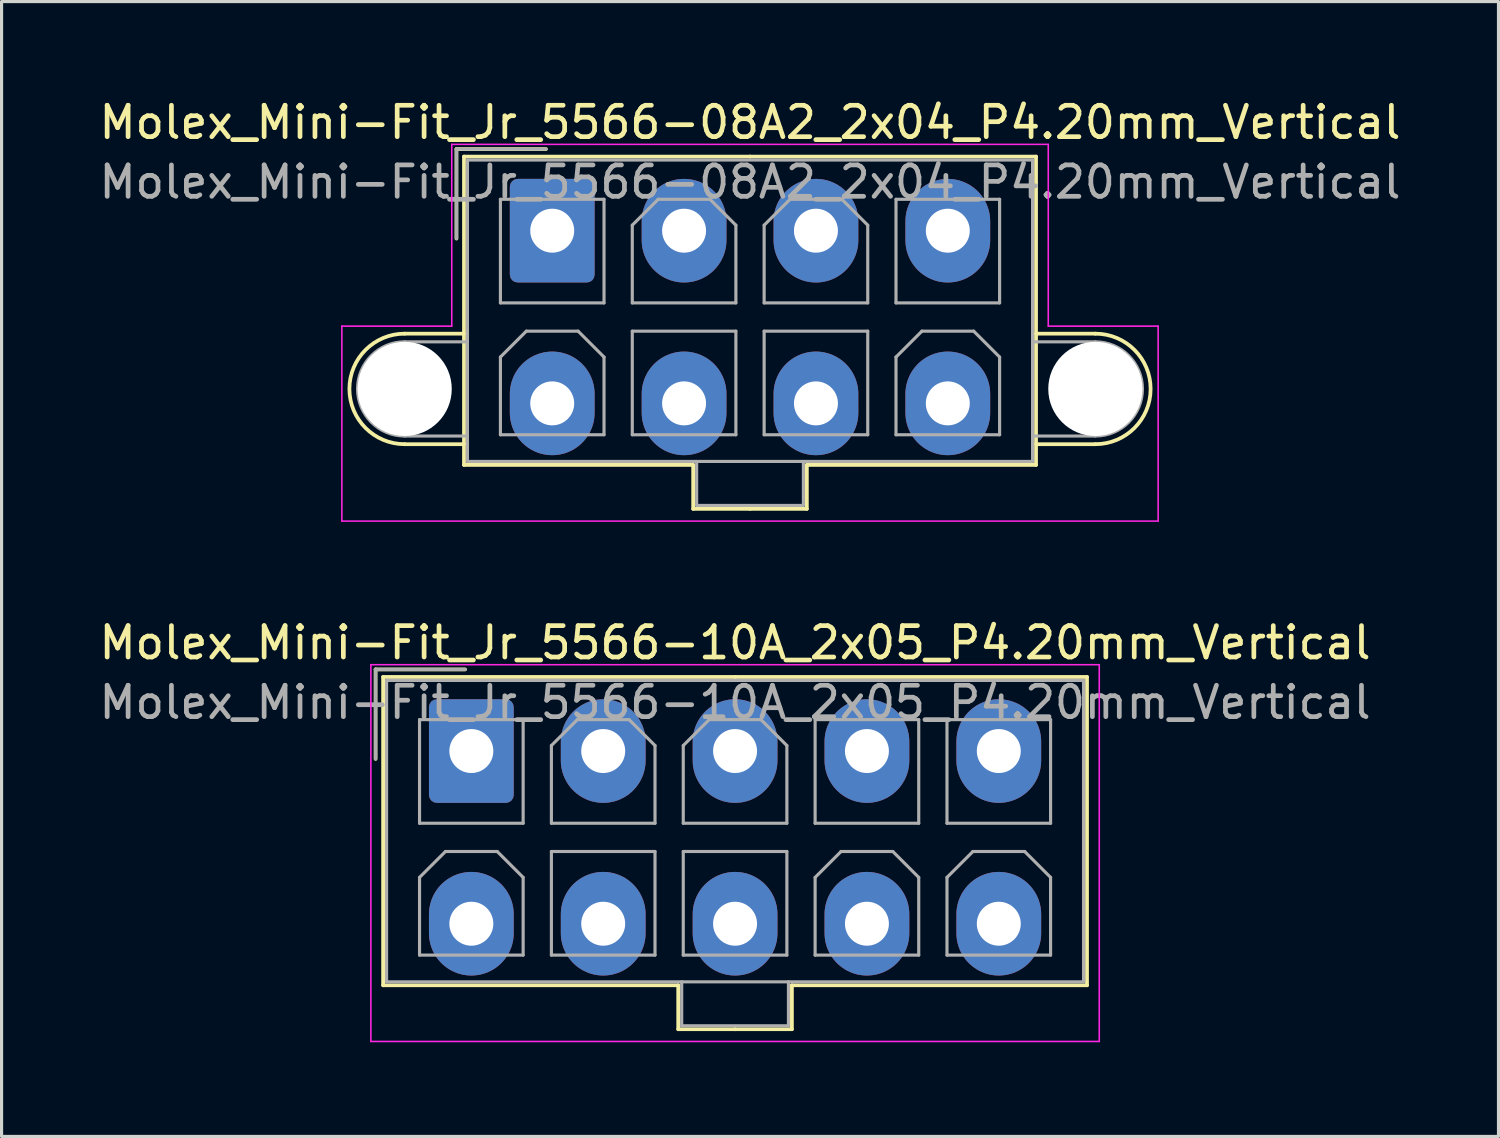
<source format=kicad_pcb>
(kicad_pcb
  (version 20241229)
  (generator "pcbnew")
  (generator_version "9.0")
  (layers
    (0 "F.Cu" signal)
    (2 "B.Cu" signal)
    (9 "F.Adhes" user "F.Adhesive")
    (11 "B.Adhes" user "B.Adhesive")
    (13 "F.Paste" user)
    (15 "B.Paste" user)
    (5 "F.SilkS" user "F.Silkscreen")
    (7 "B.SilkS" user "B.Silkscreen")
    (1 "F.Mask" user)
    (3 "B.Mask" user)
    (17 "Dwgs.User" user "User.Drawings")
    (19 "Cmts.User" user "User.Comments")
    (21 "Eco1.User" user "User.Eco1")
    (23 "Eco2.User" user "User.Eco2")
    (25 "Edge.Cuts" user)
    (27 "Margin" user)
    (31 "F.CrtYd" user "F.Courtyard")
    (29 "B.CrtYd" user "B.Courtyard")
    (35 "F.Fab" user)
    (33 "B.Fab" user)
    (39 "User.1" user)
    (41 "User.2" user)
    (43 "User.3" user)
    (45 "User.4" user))
  (footprint "Molex_Mini-Fit_Jr_5566-10A_2x05_P4.20mm_Vertical"
    (layer "F.Cu")
    (at 11.963 20.872)
    (property "Reference" "Molex_Mini-Fit_Jr_5566-10A_2x05_P4.20mm_Vertical" (at 8.4 -3.45 0) (layer "F.SilkS") (effects (font (size 1 1) (thickness 0.15))))
    (attr through_hole)
    (fp_line (start -3.05 -2.6) (end -3.05 0.25) (stroke (width 0.12) (type solid)) (layer "F.SilkS"))
    (fp_line (start -2.81 -2.36) (end -2.81 7.46) (stroke (width 0.12) (type solid)) (layer "F.SilkS"))
    (fp_line (start -2.81 7.46) (end 6.59 7.46) (stroke (width 0.12) (type solid)) (layer "F.SilkS"))
    (fp_line (start -0.2 -2.6) (end -3.05 -2.6) (stroke (width 0.12) (type solid)) (layer "F.SilkS"))
    (fp_line (start 6.59 7.46) (end 6.59 8.86) (stroke (width 0.12) (type solid)) (layer "F.SilkS"))
    (fp_line (start 6.59 8.86) (end 8.4 8.86) (stroke (width 0.12) (type solid)) (layer "F.SilkS"))
    (fp_line (start 8.4 -2.36) (end -2.81 -2.36) (stroke (width 0.12) (type solid)) (layer "F.SilkS"))
    (fp_line (start 8.4 -2.36) (end 19.61 -2.36) (stroke (width 0.12) (type solid)) (layer "F.SilkS"))
    (fp_line (start 10.21 7.46) (end 10.21 8.86) (stroke (width 0.12) (type solid)) (layer "F.SilkS"))
    (fp_line (start 10.21 8.86) (end 8.4 8.86) (stroke (width 0.12) (type solid)) (layer "F.SilkS"))
    (fp_line (start 19.61 -2.36) (end 19.61 7.46) (stroke (width 0.12) (type solid)) (layer "F.SilkS"))
    (fp_line (start 19.61 7.46) (end 10.21 7.46) (stroke (width 0.12) (type solid)) (layer "F.SilkS"))
    (fp_line (start -3.2 -2.75) (end -3.2 9.25) (stroke (width 0.05) (type solid)) (layer "F.CrtYd"))
    (fp_line (start -3.2 9.25) (end 20 9.25) (stroke (width 0.05) (type solid)) (layer "F.CrtYd"))
    (fp_line (start 20 -2.75) (end -3.2 -2.75) (stroke (width 0.05) (type solid)) (layer "F.CrtYd"))
    (fp_line (start 20 9.25) (end 20 -2.75) (stroke (width 0.05) (type solid)) (layer "F.CrtYd"))
    (fp_line (start -3.05 -2.6) (end -3.05 0.25) (stroke (width 0.1) (type solid)) (layer "F.Fab"))
    (fp_line (start -2.7 -2.25) (end -2.7 7.35) (stroke (width 0.1) (type solid)) (layer "F.Fab"))
    (fp_line (start -2.7 7.35) (end 19.5 7.35) (stroke (width 0.1) (type solid)) (layer "F.Fab"))
    (fp_line (start -1.65 -1) (end -1.65 2.3) (stroke (width 0.1) (type solid)) (layer "F.Fab"))
    (fp_line (start -1.65 2.3) (end 1.65 2.3) (stroke (width 0.1) (type solid)) (layer "F.Fab"))
    (fp_line (start -1.65 4.025) (end -0.825 3.2) (stroke (width 0.1) (type solid)) (layer "F.Fab"))
    (fp_line (start -1.65 6.5) (end -1.65 4.025) (stroke (width 0.1) (type solid)) (layer "F.Fab"))
    (fp_line (start -0.825 3.2) (end 0.825 3.2) (stroke (width 0.1) (type solid)) (layer "F.Fab"))
    (fp_line (start -0.2 -2.6) (end -3.05 -2.6) (stroke (width 0.1) (type solid)) (layer "F.Fab"))
    (fp_line (start 0.825 3.2) (end 1.65 4.025) (stroke (width 0.1) (type solid)) (layer "F.Fab"))
    (fp_line (start 1.65 -1) (end -1.65 -1) (stroke (width 0.1) (type solid)) (layer "F.Fab"))
    (fp_line (start 1.65 2.3) (end 1.65 -1) (stroke (width 0.1) (type solid)) (layer "F.Fab"))
    (fp_line (start 1.65 4.025) (end 1.65 6.5) (stroke (width 0.1) (type solid)) (layer "F.Fab"))
    (fp_line (start 1.65 6.5) (end -1.65 6.5) (stroke (width 0.1) (type solid)) (layer "F.Fab"))
    (fp_line (start 2.55 -0.175) (end 3.375 -1) (stroke (width 0.1) (type solid)) (layer "F.Fab"))
    (fp_line (start 2.55 2.3) (end 2.55 -0.175) (stroke (width 0.1) (type solid)) (layer "F.Fab"))
    (fp_line (start 2.55 3.2) (end 2.55 6.5) (stroke (width 0.1) (type solid)) (layer "F.Fab"))
    (fp_line (start 2.55 6.5) (end 5.85 6.5) (stroke (width 0.1) (type solid)) (layer "F.Fab"))
    (fp_line (start 3.375 -1) (end 5.025 -1) (stroke (width 0.1) (type solid)) (layer "F.Fab"))
    (fp_line (start 5.025 -1) (end 5.85 -0.175) (stroke (width 0.1) (type solid)) (layer "F.Fab"))
    (fp_line (start 5.85 -0.175) (end 5.85 2.3) (stroke (width 0.1) (type solid)) (layer "F.Fab"))
    (fp_line (start 5.85 2.3) (end 2.55 2.3) (stroke (width 0.1) (type solid)) (layer "F.Fab"))
    (fp_line (start 5.85 3.2) (end 2.55 3.2) (stroke (width 0.1) (type solid)) (layer "F.Fab"))
    (fp_line (start 5.85 6.5) (end 5.85 3.2) (stroke (width 0.1) (type solid)) (layer "F.Fab"))
    (fp_line (start 6.7 7.35) (end 6.7 8.75) (stroke (width 0.1) (type solid)) (layer "F.Fab"))
    (fp_line (start 6.7 8.75) (end 10.1 8.75) (stroke (width 0.1) (type solid)) (layer "F.Fab"))
    (fp_line (start 6.75 -0.175) (end 7.575 -1) (stroke (width 0.1) (type solid)) (layer "F.Fab"))
    (fp_line (start 6.75 2.3) (end 6.75 -0.175) (stroke (width 0.1) (type solid)) (layer "F.Fab"))
    (fp_line (start 6.75 3.2) (end 6.75 6.5) (stroke (width 0.1) (type solid)) (layer "F.Fab"))
    (fp_line (start 6.75 6.5) (end 10.05 6.5) (stroke (width 0.1) (type solid)) (layer "F.Fab"))
    (fp_line (start 7.575 -1) (end 9.225 -1) (stroke (width 0.1) (type solid)) (layer "F.Fab"))
    (fp_line (start 9.225 -1) (end 10.05 -0.175) (stroke (width 0.1) (type solid)) (layer "F.Fab"))
    (fp_line (start 10.05 -0.175) (end 10.05 2.3) (stroke (width 0.1) (type solid)) (layer "F.Fab"))
    (fp_line (start 10.05 2.3) (end 6.75 2.3) (stroke (width 0.1) (type solid)) (layer "F.Fab"))
    (fp_line (start 10.05 3.2) (end 6.75 3.2) (stroke (width 0.1) (type solid)) (layer "F.Fab"))
    (fp_line (start 10.05 6.5) (end 10.05 3.2) (stroke (width 0.1) (type solid)) (layer "F.Fab"))
    (fp_line (start 10.1 8.75) (end 10.1 7.35) (stroke (width 0.1) (type solid)) (layer "F.Fab"))
    (fp_line (start 10.95 -1) (end 10.95 2.3) (stroke (width 0.1) (type solid)) (layer "F.Fab"))
    (fp_line (start 10.95 2.3) (end 14.25 2.3) (stroke (width 0.1) (type solid)) (layer "F.Fab"))
    (fp_line (start 10.95 4.025) (end 11.775 3.2) (stroke (width 0.1) (type solid)) (layer "F.Fab"))
    (fp_line (start 10.95 6.5) (end 10.95 4.025) (stroke (width 0.1) (type solid)) (layer "F.Fab"))
    (fp_line (start 11.775 3.2) (end 13.425 3.2) (stroke (width 0.1) (type solid)) (layer "F.Fab"))
    (fp_line (start 13.425 3.2) (end 14.25 4.025) (stroke (width 0.1) (type solid)) (layer "F.Fab"))
    (fp_line (start 14.25 -1) (end 10.95 -1) (stroke (width 0.1) (type solid)) (layer "F.Fab"))
    (fp_line (start 14.25 2.3) (end 14.25 -1) (stroke (width 0.1) (type solid)) (layer "F.Fab"))
    (fp_line (start 14.25 4.025) (end 14.25 6.5) (stroke (width 0.1) (type solid)) (layer "F.Fab"))
    (fp_line (start 14.25 6.5) (end 10.95 6.5) (stroke (width 0.1) (type solid)) (layer "F.Fab"))
    (fp_line (start 15.15 -1) (end 15.15 2.3) (stroke (width 0.1) (type solid)) (layer "F.Fab"))
    (fp_line (start 15.15 2.3) (end 18.45 2.3) (stroke (width 0.1) (type solid)) (layer "F.Fab"))
    (fp_line (start 15.15 4.025) (end 15.975 3.2) (stroke (width 0.1) (type solid)) (layer "F.Fab"))
    (fp_line (start 15.15 6.5) (end 15.15 4.025) (stroke (width 0.1) (type solid)) (layer "F.Fab"))
    (fp_line (start 15.975 3.2) (end 17.625 3.2) (stroke (width 0.1) (type solid)) (layer "F.Fab"))
    (fp_line (start 17.625 3.2) (end 18.45 4.025) (stroke (width 0.1) (type solid)) (layer "F.Fab"))
    (fp_line (start 18.45 -1) (end 15.15 -1) (stroke (width 0.1) (type solid)) (layer "F.Fab"))
    (fp_line (start 18.45 2.3) (end 18.45 -1) (stroke (width 0.1) (type solid)) (layer "F.Fab"))
    (fp_line (start 18.45 4.025) (end 18.45 6.5) (stroke (width 0.1) (type solid)) (layer "F.Fab"))
    (fp_line (start 18.45 6.5) (end 15.15 6.5) (stroke (width 0.1) (type solid)) (layer "F.Fab"))
    (fp_line (start 19.5 -2.25) (end -2.7 -2.25) (stroke (width 0.1) (type solid)) (layer "F.Fab"))
    (fp_line (start 19.5 7.35) (end 19.5 -2.25) (stroke (width 0.1) (type solid)) (layer "F.Fab"))
    (fp_text user "${REFERENCE}" (at 8.4 -1.55 0) (layer "F.Fab") (effects (font (size 1 1) (thickness 0.15))))
    (pad "1" thru_hole roundrect (at 0 0) (size 2.7 3.3) (drill 1.4) (layers "*.Cu" "*.Mask") (roundrect_rratio 0.093))
    (pad "2" thru_hole oval (at 4.2 0) (size 2.7 3.3) (drill 1.4) (layers "*.Cu" "*.Mask"))
    (pad "3" thru_hole oval (at 8.4 0) (size 2.7 3.3) (drill 1.4) (layers "*.Cu" "*.Mask"))
    (pad "4" thru_hole oval (at 12.6 0) (size 2.7 3.3) (drill 1.4) (layers "*.Cu" "*.Mask"))
    (pad "5" thru_hole oval (at 16.8 0) (size 2.7 3.3) (drill 1.4) (layers "*.Cu" "*.Mask"))
    (pad "6" thru_hole oval (at 0 5.5) (size 2.7 3.3) (drill 1.4) (layers "*.Cu" "*.Mask"))
    (pad "7" thru_hole oval (at 4.2 5.5) (size 2.7 3.3) (drill 1.4) (layers "*.Cu" "*.Mask"))
    (pad "8" thru_hole oval (at 8.4 5.5) (size 2.7 3.3) (drill 1.4) (layers "*.Cu" "*.Mask"))
    (pad "9" thru_hole oval (at 12.6 5.5) (size 2.7 3.3) (drill 1.4) (layers "*.Cu" "*.Mask"))
    (pad "10" thru_hole oval (at 16.8 5.5) (size 2.7 3.3) (drill 1.4) (layers "*.Cu" "*.Mask")))
  (footprint "Molex_Mini-Fit_Jr_5566-08A2_2x04_P4.20mm_Vertical"
    (layer "F.Cu")
    (at 14.539 4.298)
    (property "Reference" "Molex_Mini-Fit_Jr_5566-08A2_2x04_P4.20mm_Vertical" (at 6.3 -3.45 0) (layer "F.SilkS") (effects (font (size 1 1) (thickness 0.15))))
    (attr through_hole)
    (fp_line (start -4.7 3.28) (end -2.81 3.28) (stroke (width 0.12) (type solid)) (layer "F.SilkS"))
    (fp_line (start -4.7 6.8) (end -2.81 6.8) (stroke (width 0.12) (type solid)) (layer "F.SilkS"))
    (fp_line (start -3.05 -2.6) (end -3.05 0.25) (stroke (width 0.12) (type solid)) (layer "F.SilkS"))
    (fp_line (start -2.81 -2.36) (end -2.81 7.46) (stroke (width 0.12) (type solid)) (layer "F.SilkS"))
    (fp_line (start -2.81 7.46) (end 4.49 7.46) (stroke (width 0.12) (type solid)) (layer "F.SilkS"))
    (fp_line (start -0.2 -2.6) (end -3.05 -2.6) (stroke (width 0.12) (type solid)) (layer "F.SilkS"))
    (fp_line (start 4.49 7.46) (end 4.49 8.86) (stroke (width 0.12) (type solid)) (layer "F.SilkS"))
    (fp_line (start 4.49 8.86) (end 6.3 8.86) (stroke (width 0.12) (type solid)) (layer "F.SilkS"))
    (fp_line (start 6.3 -2.36) (end -2.81 -2.36) (stroke (width 0.12) (type solid)) (layer "F.SilkS"))
    (fp_line (start 6.3 -2.36) (end 15.41 -2.36) (stroke (width 0.12) (type solid)) (layer "F.SilkS"))
    (fp_line (start 8.11 7.46) (end 8.11 8.86) (stroke (width 0.12) (type solid)) (layer "F.SilkS"))
    (fp_line (start 8.11 8.86) (end 6.3 8.86) (stroke (width 0.12) (type solid)) (layer "F.SilkS"))
    (fp_line (start 15.41 -2.36) (end 15.41 7.46) (stroke (width 0.12) (type solid)) (layer "F.SilkS"))
    (fp_line (start 15.41 7.46) (end 8.11 7.46) (stroke (width 0.12) (type solid)) (layer "F.SilkS"))
    (fp_line (start 17.3 3.28) (end 15.41 3.28) (stroke (width 0.12) (type solid)) (layer "F.SilkS"))
    (fp_line (start 17.3 6.8) (end 15.41 6.8) (stroke (width 0.12) (type solid)) (layer "F.SilkS"))
    (fp_arc (start -4.7 6.8) (mid -6.46 5.04) (end -4.7 3.28) (stroke (width 0.12) (type solid)) (layer "F.SilkS"))
    (fp_arc (start 17.3 3.28) (mid 19.06 5.04) (end 17.3 6.8) (stroke (width 0.12) (type solid)) (layer "F.SilkS"))
    (fp_line (start -6.7 3.04) (end -6.7 9.25) (stroke (width 0.05) (type solid)) (layer "F.CrtYd"))
    (fp_line (start -6.7 9.25) (end 19.3 9.25) (stroke (width 0.05) (type solid)) (layer "F.CrtYd"))
    (fp_line (start -3.2 -2.75) (end -3.2 3.04) (stroke (width 0.05) (type solid)) (layer "F.CrtYd"))
    (fp_line (start -3.2 3.04) (end -6.7 3.04) (stroke (width 0.05) (type solid)) (layer "F.CrtYd"))
    (fp_line (start 15.8 -2.75) (end -3.2 -2.75) (stroke (width 0.05) (type solid)) (layer "F.CrtYd"))
    (fp_line (start 15.8 3.04) (end 15.8 -2.75) (stroke (width 0.05) (type solid)) (layer "F.CrtYd"))
    (fp_line (start 19.3 3.04) (end 15.8 3.04) (stroke (width 0.05) (type solid)) (layer "F.CrtYd"))
    (fp_line (start 19.3 9.25) (end 19.3 3.04) (stroke (width 0.05) (type solid)) (layer "F.CrtYd"))
    (fp_line (start -4.7 3.54) (end -2.7 3.54) (stroke (width 0.1) (type solid)) (layer "F.Fab"))
    (fp_line (start -4.7 6.54) (end -2.7 6.54) (stroke (width 0.1) (type solid)) (layer "F.Fab"))
    (fp_line (start -3.05 -2.6) (end -3.05 0.25) (stroke (width 0.1) (type solid)) (layer "F.Fab"))
    (fp_line (start -2.7 -2.25) (end -2.7 7.35) (stroke (width 0.1) (type solid)) (layer "F.Fab"))
    (fp_line (start -2.7 7.35) (end 15.3 7.35) (stroke (width 0.1) (type solid)) (layer "F.Fab"))
    (fp_line (start -1.65 -1) (end -1.65 2.3) (stroke (width 0.1) (type solid)) (layer "F.Fab"))
    (fp_line (start -1.65 2.3) (end 1.65 2.3) (stroke (width 0.1) (type solid)) (layer "F.Fab"))
    (fp_line (start -1.65 4.025) (end -0.825 3.2) (stroke (width 0.1) (type solid)) (layer "F.Fab"))
    (fp_line (start -1.65 6.5) (end -1.65 4.025) (stroke (width 0.1) (type solid)) (layer "F.Fab"))
    (fp_line (start -0.825 3.2) (end 0.825 3.2) (stroke (width 0.1) (type solid)) (layer "F.Fab"))
    (fp_line (start -0.2 -2.6) (end -3.05 -2.6) (stroke (width 0.1) (type solid)) (layer "F.Fab"))
    (fp_line (start 0.825 3.2) (end 1.65 4.025) (stroke (width 0.1) (type solid)) (layer "F.Fab"))
    (fp_line (start 1.65 -1) (end -1.65 -1) (stroke (width 0.1) (type solid)) (layer "F.Fab"))
    (fp_line (start 1.65 2.3) (end 1.65 -1) (stroke (width 0.1) (type solid)) (layer "F.Fab"))
    (fp_line (start 1.65 4.025) (end 1.65 6.5) (stroke (width 0.1) (type solid)) (layer "F.Fab"))
    (fp_line (start 1.65 6.5) (end -1.65 6.5) (stroke (width 0.1) (type solid)) (layer "F.Fab"))
    (fp_line (start 2.55 -0.175) (end 3.375 -1) (stroke (width 0.1) (type solid)) (layer "F.Fab"))
    (fp_line (start 2.55 2.3) (end 2.55 -0.175) (stroke (width 0.1) (type solid)) (layer "F.Fab"))
    (fp_line (start 2.55 3.2) (end 2.55 6.5) (stroke (width 0.1) (type solid)) (layer "F.Fab"))
    (fp_line (start 2.55 6.5) (end 5.85 6.5) (stroke (width 0.1) (type solid)) (layer "F.Fab"))
    (fp_line (start 3.375 -1) (end 5.025 -1) (stroke (width 0.1) (type solid)) (layer "F.Fab"))
    (fp_line (start 4.6 7.35) (end 4.6 8.75) (stroke (width 0.1) (type solid)) (layer "F.Fab"))
    (fp_line (start 4.6 8.75) (end 8 8.75) (stroke (width 0.1) (type solid)) (layer "F.Fab"))
    (fp_line (start 5.025 -1) (end 5.85 -0.175) (stroke (width 0.1) (type solid)) (layer "F.Fab"))
    (fp_line (start 5.85 -0.175) (end 5.85 2.3) (stroke (width 0.1) (type solid)) (layer "F.Fab"))
    (fp_line (start 5.85 2.3) (end 2.55 2.3) (stroke (width 0.1) (type solid)) (layer "F.Fab"))
    (fp_line (start 5.85 3.2) (end 2.55 3.2) (stroke (width 0.1) (type solid)) (layer "F.Fab"))
    (fp_line (start 5.85 6.5) (end 5.85 3.2) (stroke (width 0.1) (type solid)) (layer "F.Fab"))
    (fp_line (start 6.75 -0.175) (end 7.575 -1) (stroke (width 0.1) (type solid)) (layer "F.Fab"))
    (fp_line (start 6.75 2.3) (end 6.75 -0.175) (stroke (width 0.1) (type solid)) (layer "F.Fab"))
    (fp_line (start 6.75 3.2) (end 6.75 6.5) (stroke (width 0.1) (type solid)) (layer "F.Fab"))
    (fp_line (start 6.75 6.5) (end 10.05 6.5) (stroke (width 0.1) (type solid)) (layer "F.Fab"))
    (fp_line (start 7.575 -1) (end 9.225 -1) (stroke (width 0.1) (type solid)) (layer "F.Fab"))
    (fp_line (start 8 8.75) (end 8 7.35) (stroke (width 0.1) (type solid)) (layer "F.Fab"))
    (fp_line (start 9.225 -1) (end 10.05 -0.175) (stroke (width 0.1) (type solid)) (layer "F.Fab"))
    (fp_line (start 10.05 -0.175) (end 10.05 2.3) (stroke (width 0.1) (type solid)) (layer "F.Fab"))
    (fp_line (start 10.05 2.3) (end 6.75 2.3) (stroke (width 0.1) (type solid)) (layer "F.Fab"))
    (fp_line (start 10.05 3.2) (end 6.75 3.2) (stroke (width 0.1) (type solid)) (layer "F.Fab"))
    (fp_line (start 10.05 6.5) (end 10.05 3.2) (stroke (width 0.1) (type solid)) (layer "F.Fab"))
    (fp_line (start 10.95 -1) (end 10.95 2.3) (stroke (width 0.1) (type solid)) (layer "F.Fab"))
    (fp_line (start 10.95 2.3) (end 14.25 2.3) (stroke (width 0.1) (type solid)) (layer "F.Fab"))
    (fp_line (start 10.95 4.025) (end 11.775 3.2) (stroke (width 0.1) (type solid)) (layer "F.Fab"))
    (fp_line (start 10.95 6.5) (end 10.95 4.025) (stroke (width 0.1) (type solid)) (layer "F.Fab"))
    (fp_line (start 11.775 3.2) (end 13.425 3.2) (stroke (width 0.1) (type solid)) (layer "F.Fab"))
    (fp_line (start 13.425 3.2) (end 14.25 4.025) (stroke (width 0.1) (type solid)) (layer "F.Fab"))
    (fp_line (start 14.25 -1) (end 10.95 -1) (stroke (width 0.1) (type solid)) (layer "F.Fab"))
    (fp_line (start 14.25 2.3) (end 14.25 -1) (stroke (width 0.1) (type solid)) (layer "F.Fab"))
    (fp_line (start 14.25 4.025) (end 14.25 6.5) (stroke (width 0.1) (type solid)) (layer "F.Fab"))
    (fp_line (start 14.25 6.5) (end 10.95 6.5) (stroke (width 0.1) (type solid)) (layer "F.Fab"))
    (fp_line (start 15.3 -2.25) (end -2.7 -2.25) (stroke (width 0.1) (type solid)) (layer "F.Fab"))
    (fp_line (start 15.3 7.35) (end 15.3 -2.25) (stroke (width 0.1) (type solid)) (layer "F.Fab"))
    (fp_line (start 17.3 3.54) (end 15.3 3.54) (stroke (width 0.1) (type solid)) (layer "F.Fab"))
    (fp_line (start 17.3 6.54) (end 15.3 6.54) (stroke (width 0.1) (type solid)) (layer "F.Fab"))
    (fp_arc (start -4.7 6.54) (mid -6.2 5.04) (end -4.7 3.54) (stroke (width 0.1) (type solid)) (layer "F.Fab"))
    (fp_arc (start 17.3 3.54) (mid 18.8 5.04) (end 17.3 6.54) (stroke (width 0.1) (type solid)) (layer "F.Fab"))
    (fp_text user "${REFERENCE}" (at 6.3 -1.55 0) (layer "F.Fab") (effects (font (size 1 1) (thickness 0.15))))
    (pad "" np_thru_hole circle (at -4.7 5.04) (size 3 3) (drill 3) (layers "*.Cu" "*.Mask"))
    (pad "" np_thru_hole circle (at 17.3 5.04) (size 3 3) (drill 3) (layers "*.Cu" "*.Mask"))
    (pad "1" thru_hole roundrect (at 0 0) (size 2.7 3.3) (drill 1.4) (layers "*.Cu" "*.Mask") (roundrect_rratio 0.093))
    (pad "2" thru_hole oval (at 4.2 0) (size 2.7 3.3) (drill 1.4) (layers "*.Cu" "*.Mask"))
    (pad "3" thru_hole oval (at 8.4 0) (size 2.7 3.3) (drill 1.4) (layers "*.Cu" "*.Mask"))
    (pad "4" thru_hole oval (at 12.6 0) (size 2.7 3.3) (drill 1.4) (layers "*.Cu" "*.Mask"))
    (pad "5" thru_hole oval (at 0 5.5) (size 2.7 3.3) (drill 1.4) (layers "*.Cu" "*.Mask"))
    (pad "6" thru_hole oval (at 4.2 5.5) (size 2.7 3.3) (drill 1.4) (layers "*.Cu" "*.Mask"))
    (pad "7" thru_hole oval (at 8.4 5.5) (size 2.7 3.3) (drill 1.4) (layers "*.Cu" "*.Mask"))
    (pad "8" thru_hole oval (at 12.6 5.5) (size 2.7 3.3) (drill 1.4) (layers "*.Cu" "*.Mask")))
  (gr_rect
    (start -3 -3)
    (end 44.679 33.147)
    (stroke (width 0.1) (type default))
    (fill no)
    (layer "Edge.Cuts")))
</source>
